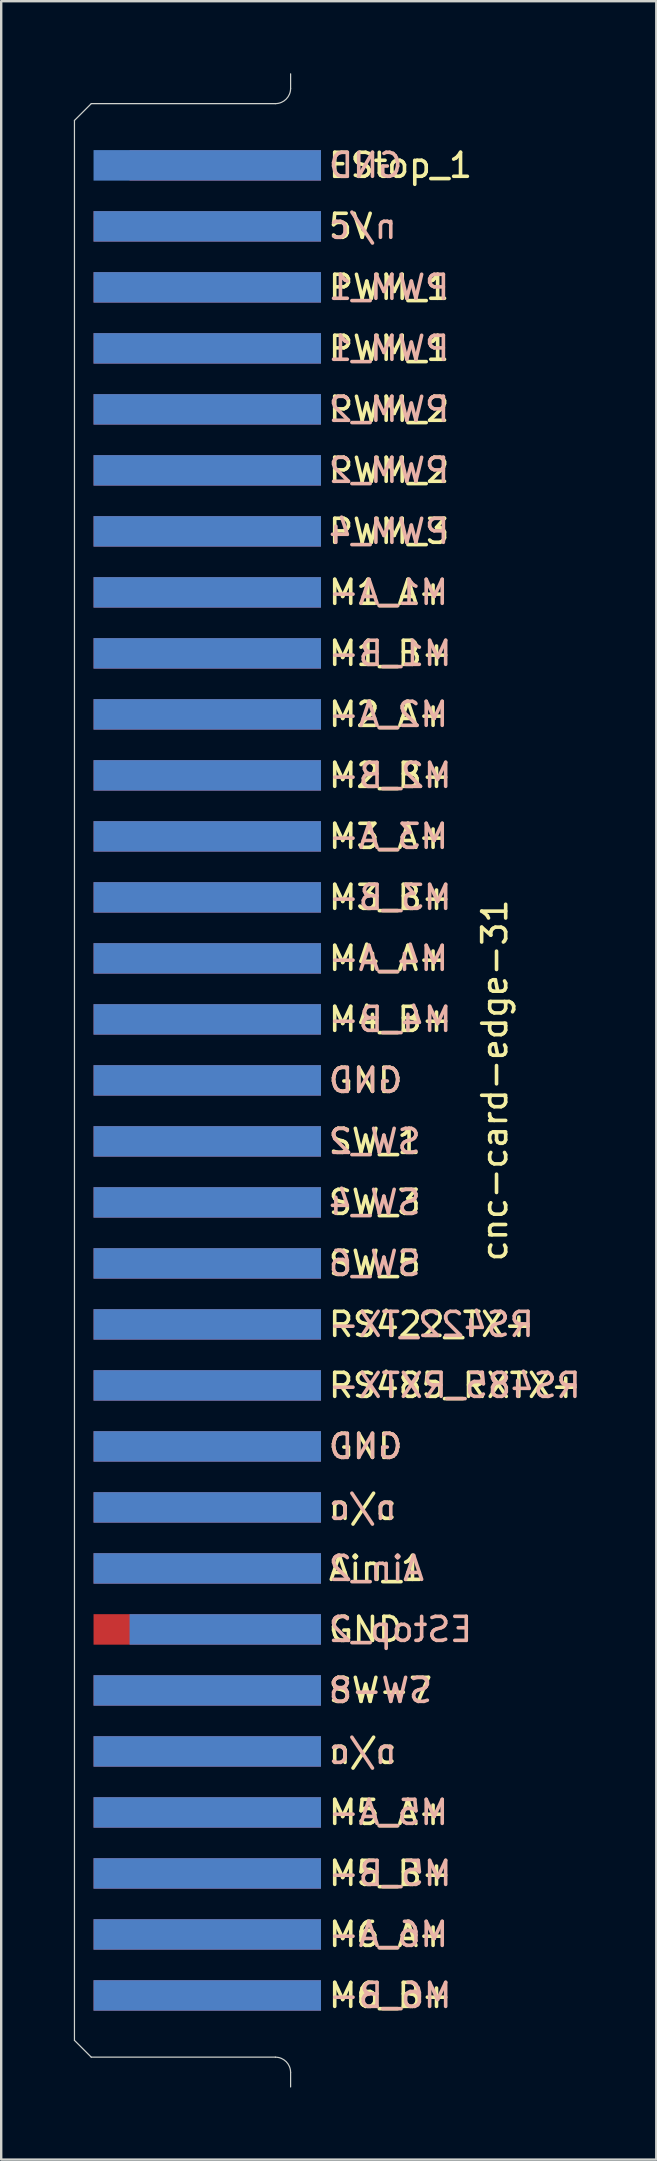
<source format=kicad_pcb>
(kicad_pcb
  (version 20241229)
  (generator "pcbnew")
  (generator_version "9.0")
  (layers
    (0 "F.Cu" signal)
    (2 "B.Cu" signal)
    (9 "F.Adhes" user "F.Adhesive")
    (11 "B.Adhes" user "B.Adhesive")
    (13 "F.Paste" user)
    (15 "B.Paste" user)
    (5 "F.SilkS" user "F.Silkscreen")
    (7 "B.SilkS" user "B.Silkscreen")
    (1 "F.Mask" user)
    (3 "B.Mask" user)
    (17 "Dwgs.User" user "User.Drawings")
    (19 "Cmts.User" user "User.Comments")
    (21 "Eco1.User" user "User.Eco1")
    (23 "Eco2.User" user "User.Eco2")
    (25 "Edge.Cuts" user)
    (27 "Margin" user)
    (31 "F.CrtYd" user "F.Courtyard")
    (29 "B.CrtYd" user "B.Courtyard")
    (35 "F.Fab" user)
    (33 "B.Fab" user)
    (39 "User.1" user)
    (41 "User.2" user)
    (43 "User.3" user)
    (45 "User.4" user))
  (footprint "cnc-card-edge-31"
    (layer "F.Cu")
    (at 9.05 41.935)
    (property "Reference" "cnc-card-edge-31" (at 8.5 0 270) (layer "F.SilkS") (effects (font (size 1 1) (thickness 0.15))))
    (attr through_hole)
    (fp_poly (pts (xy -9 -40.67) (xy 0 -40.67) (xy 0 40.67) (xy -9 40.67)) (stroke (width 0.1) (type solid)) (fill yes) (layer "F.Mask"))
    (fp_poly (pts (xy -9 -40.67) (xy 0 -40.67) (xy 0 40.67) (xy -9 40.67)) (stroke (width 0.1) (type solid)) (fill yes) (layer "B.Mask"))
    (fp_line (start -9 -39.97) (end -9 39.97) (stroke (width 0.05) (type solid)) (layer "Edge.Cuts"))
    (fp_line (start -9 39.97) (end -8.3 40.67) (stroke (width 0.05) (type solid)) (layer "Edge.Cuts"))
    (fp_line (start -8.3 -40.67) (end -9 -39.97) (stroke (width 0.05) (type solid)) (layer "Edge.Cuts"))
    (fp_line (start -8.3 40.67) (end -0.63 40.67) (stroke (width 0.05) (type solid)) (layer "Edge.Cuts"))
    (fp_line (start -0.63 -40.67) (end -8.3 -40.67) (stroke (width 0.05) (type solid)) (layer "Edge.Cuts"))
    (fp_line (start 0 -41.91) (end 0 -41.3) (stroke (width 0.05) (type solid)) (layer "Edge.Cuts"))
    (fp_line (start 0 41.305) (end 0 41.91) (stroke (width 0.05) (type solid)) (layer "Edge.Cuts"))
    (fp_arc (start -0.635 40.669998) (mid -0.185989 40.855985) (end -0.000002 41.304996) (stroke (width 0.05) (type solid)) (layer "Edge.Cuts"))
    (fp_arc (start -0.000002 -41.304996) (mid -0.185989 -40.855985) (end -0.635 -40.669998) (stroke (width 0.05) (type solid)) (layer "Edge.Cuts"))
    (fp_text user "M3_A+" (at 1.5 -10.16 0) (layer "F.SilkS") (effects (font (size 1 1) (thickness 0.15)) (justify left)))
    (fp_text user "PWM_1" (at 1.5 -30.48 0) (layer "F.SilkS") (effects (font (size 1 1) (thickness 0.15)) (justify left)))
    (fp_text user "n/c" (at 1.5 17.78 0) (layer "F.SilkS") (effects (font (size 1 1) (thickness 0.15)) (justify left)))
    (fp_text user "5V" (at 1.5 -35.56 0) (layer "F.SilkS") (effects (font (size 1 1) (thickness 0.15)) (justify left)))
    (fp_text user "SW_3" (at 1.5 5.08 0) (layer "F.SilkS") (effects (font (size 1 1) (thickness 0.15)) (justify left)))
    (fp_text user "M6_A+" (at 1.5 35.56 0) (layer "F.SilkS") (effects (font (size 1 1) (thickness 0.15)) (justify left)))
    (fp_text user "EStop_1" (at 1.5 -38.1 0) (layer "F.SilkS") (effects (font (size 1 1) (thickness 0.15)) (justify left)))
    (fp_text user "GND" (at 1.5 0 0) (layer "F.SilkS") (effects (font (size 1 1) (thickness 0.15)) (justify left)))
    (fp_text user "M1_B+" (at 1.5 -17.78 0) (layer "F.SilkS") (effects (font (size 1 1) (thickness 0.15)) (justify left)))
    (fp_text user "SW-7" (at 1.5 25.4 0) (layer "F.SilkS") (effects (font (size 1 1) (thickness 0.15)) (justify left)))
    (fp_text user "PWM_2" (at 1.5 -27.94 0) (layer "F.SilkS") (effects (font (size 1 1) (thickness 0.15)) (justify left)))
    (fp_text user "M3_B+" (at 1.5 -7.62 0) (layer "F.SilkS") (effects (font (size 1 1) (thickness 0.15)) (justify left)))
    (fp_text user "M4_A+" (at 1.5 -5.08 0) (layer "F.SilkS") (effects (font (size 1 1) (thickness 0.15)) (justify left)))
    (fp_text user "PWM_1" (at 1.5 -33.02 0) (layer "F.SilkS") (effects (font (size 1 1) (thickness 0.15)) (justify left)))
    (fp_text user "PWM_3" (at 1.5 -22.86 0) (layer "F.SilkS") (effects (font (size 1 1) (thickness 0.15)) (justify left)))
    (fp_text user "M2_B+" (at 1.5 -12.7 0) (layer "F.SilkS") (effects (font (size 1 1) (thickness 0.15)) (justify left)))
    (fp_text user "SW_1" (at 1.5 2.54 0) (layer "F.SilkS") (effects (font (size 1 1) (thickness 0.15)) (justify left)))
    (fp_text user "SW_5" (at 1.5 7.62 0) (layer "F.SilkS") (effects (font (size 1 1) (thickness 0.15)) (justify left)))
    (fp_text user "M1_A+" (at 1.5 -20.32 0) (layer "F.SilkS") (effects (font (size 1 1) (thickness 0.15)) (justify left)))
    (fp_text user "M6_B+" (at 1.5 38.1 0) (layer "F.SilkS") (effects (font (size 1 1) (thickness 0.15)) (justify left)))
    (fp_text user "M5_B+" (at 1.5 33.02 0) (layer "F.SilkS") (effects (font (size 1 1) (thickness 0.15)) (justify left)))
    (fp_text user "n/c" (at 1.5 27.94 0) (layer "F.SilkS") (effects (font (size 1 1) (thickness 0.15)) (justify left)))
    (fp_text user "GND" (at 1.5 22.86 0) (layer "F.SilkS") (effects (font (size 1 1) (thickness 0.15)) (justify left)))
    (fp_text user "PWM_2" (at 1.5 -25.4 0) (layer "F.SilkS") (effects (font (size 1 1) (thickness 0.15)) (justify left)))
    (fp_text user "M5_A+" (at 1.5 30.48 0) (layer "F.SilkS") (effects (font (size 1 1) (thickness 0.15)) (justify left)))
    (fp_text user "M4_B+" (at 1.5 -2.54 0) (layer "F.SilkS") (effects (font (size 1 1) (thickness 0.15)) (justify left)))
    (fp_text user "RS422_TX+" (at 1.5 10.16 0) (layer "F.SilkS") (effects (font (size 1 1) (thickness 0.15)) (justify left)))
    (fp_text user "GND" (at 1.5 15.24 0) (layer "F.SilkS") (effects (font (size 1 1) (thickness 0.15)) (justify left)))
    (fp_text user "Ain_1" (at 1.5 20.32 0) (layer "F.SilkS") (effects (font (size 1 1) (thickness 0.15)) (justify left)))
    (fp_text user "RS485_RXTX+" (at 1.5 12.7 0) (layer "F.SilkS") (effects (font (size 1 1) (thickness 0.15)) (justify left)))
    (fp_text user "M2_A+" (at 1.5 -15.24 0) (layer "F.SilkS") (effects (font (size 1 1) (thickness 0.15)) (justify left)))
    (fp_text user "M1_B-" (at 1.5 -17.78 0) (layer "B.SilkS") (effects (font (size 1 1) (thickness 0.15)) (justify right mirror)))
    (fp_text user "Ain_2" (at 1.5 20.32 0) (layer "B.SilkS") (effects (font (size 1 1) (thickness 0.15)) (justify right mirror)))
    (fp_text user "M4_B-" (at 1.5 -2.54 0) (layer "B.SilkS") (effects (font (size 1 1) (thickness 0.15)) (justify right mirror)))
    (fp_text user "GND" (at 1.5 -38.1 0) (layer "B.SilkS") (effects (font (size 1 1) (thickness 0.15)) (justify right mirror)))
    (fp_text user "M5_A-" (at 1.5 30.48 0) (layer "B.SilkS") (effects (font (size 1 1) (thickness 0.15)) (justify right mirror)))
    (fp_text user "GND" (at 1.5 0 0) (layer "B.SilkS") (effects (font (size 1 1) (thickness 0.15)) (justify right mirror)))
    (fp_text user "M4_A-" (at 1.5 -5.08 0) (layer "B.SilkS") (effects (font (size 1 1) (thickness 0.15)) (justify right mirror)))
    (fp_text user "M3_A-" (at 1.5 -10.16 0) (layer "B.SilkS") (effects (font (size 1 1) (thickness 0.15)) (justify right mirror)))
    (fp_text user "PWM_4" (at 1.5 -22.86 0) (layer "B.SilkS") (effects (font (size 1 1) (thickness 0.15)) (justify right mirror)))
    (fp_text user "PWM_1" (at 1.5 -33.02 0) (layer "B.SilkS") (effects (font (size 1 1) (thickness 0.15)) (justify right mirror)))
    (fp_text user "M2_B-" (at 1.5 -12.7 0) (layer "B.SilkS") (effects (font (size 1 1) (thickness 0.15)) (justify right mirror)))
    (fp_text user "n/c" (at 1.5 17.78 0) (layer "B.SilkS") (effects (font (size 1 1) (thickness 0.15)) (justify right mirror)))
    (fp_text user "M2_A-" (at 1.5 -15.24 0) (layer "B.SilkS") (effects (font (size 1 1) (thickness 0.15)) (justify right mirror)))
    (fp_text user "SW_4" (at 1.5 5.08 0) (layer "B.SilkS") (effects (font (size 1 1) (thickness 0.15)) (justify right mirror)))
    (fp_text user "M5_B-" (at 1.5 33.02 0) (layer "B.SilkS") (effects (font (size 1 1) (thickness 0.15)) (justify right mirror)))
    (fp_text user "RS422_TX-" (at 1.5 10.16 0) (layer "B.SilkS") (effects (font (size 1 1) (thickness 0.15)) (justify right mirror)))
    (fp_text user "n/c" (at 1.5 27.94 0) (layer "B.SilkS") (effects (font (size 1 1) (thickness 0.15)) (justify right mirror)))
    (fp_text user "PWM_1" (at 1.5 -30.48 0) (layer "B.SilkS") (effects (font (size 1 1) (thickness 0.15)) (justify right mirror)))
    (fp_text user "GND" (at 1.5 15.24 0) (layer "B.SilkS") (effects (font (size 1 1) (thickness 0.15)) (justify right mirror)))
    (fp_text user "M6_A-" (at 1.5 35.56 0) (layer "B.SilkS") (effects (font (size 1 1) (thickness 0.15)) (justify right mirror)))
    (fp_text user "SW_6" (at 1.5 7.62 0) (layer "B.SilkS") (effects (font (size 1 1) (thickness 0.15)) (justify right mirror)))
    (fp_text user "PWM_2" (at 1.5 -25.4 0) (layer "B.SilkS") (effects (font (size 1 1) (thickness 0.15)) (justify right mirror)))
    (fp_text user "SW_2" (at 1.5 2.54 0) (layer "B.SilkS") (effects (font (size 1 1) (thickness 0.15)) (justify right mirror)))
    (fp_text user "RS485_RXTX-" (at 1.5 12.7 0) (layer "B.SilkS") (effects (font (size 1 1) (thickness 0.15)) (justify right mirror)))
    (fp_text user "PWM_2" (at 1.5 -27.94 0) (layer "B.SilkS") (effects (font (size 1 1) (thickness 0.15)) (justify right mirror)))
    (fp_text user "M1_A-" (at 1.5 -20.32 0) (layer "B.SilkS") (effects (font (size 1 1) (thickness 0.15)) (justify right mirror)))
    (fp_text user "SW-8" (at 1.5 25.4 0) (layer "B.SilkS") (effects (font (size 1 1) (thickness 0.15)) (justify right mirror)))
    (fp_text user "n/c" (at 1.5 -35.56 0) (layer "B.SilkS") (effects (font (size 1 1) (thickness 0.15)) (justify right mirror)))
    (fp_text user "M6_B-" (at 1.5 38.1 0) (layer "B.SilkS") (effects (font (size 1 1) (thickness 0.15)) (justify right mirror)))
    (fp_text user "EStop_2" (at 1.5 22.86 0) (layer "B.SilkS") (effects (font (size 1 1) (thickness 0.15)) (justify right mirror)))
    (fp_text user "M3_B-" (at 1.5 -7.62 0) (layer "B.SilkS") (effects (font (size 1 1) (thickness 0.15)) (justify right mirror)))
    (pad "1" smd rect (at 1.15 -38.1) (size 7.97 1.27) (drill (offset -3.87 0)) (layers "F.Cu" "F.Mask"))
    (pad "2" smd rect (at 0.4 -38.1) (size 9.47 1.27) (drill (offset -3.87 0)) (layers "B.Cu" "B.Mask"))
    (pad "3" smd rect (at 0.4 -35.56) (size 9.47 1.27) (drill (offset -3.87 0)) (layers "F.Cu" "F.Mask"))
    (pad "4" smd rect (at 0.4 -35.56) (size 9.47 1.27) (drill (offset -3.87 0)) (layers "B.Cu" "B.Mask"))
    (pad "5" smd rect (at 0.4 -33.02) (size 9.47 1.27) (drill (offset -3.87 0)) (layers "F.Cu" "F.Mask"))
    (pad "6" smd rect (at 0.4 -33.02) (size 9.47 1.27) (drill (offset -3.87 0)) (layers "B.Cu" "B.Mask"))
    (pad "7" smd rect (at 0.4 -30.48) (size 9.47 1.27) (drill (offset -3.87 0)) (layers "F.Cu" "F.Mask"))
    (pad "8" smd rect (at 0.4 -30.48) (size 9.47 1.27) (drill (offset -3.87 0)) (layers "B.Cu" "B.Mask"))
    (pad "9" smd rect (at 0.4 -27.94) (size 9.47 1.27) (drill (offset -3.87 0)) (layers "F.Cu" "F.Mask"))
    (pad "10" smd rect (at 0.4 -27.94) (size 9.47 1.27) (drill (offset -3.87 0)) (layers "B.Cu" "B.Mask"))
    (pad "11" smd rect (at 0.4 -25.4) (size 9.47 1.27) (drill (offset -3.87 0)) (layers "F.Cu" "F.Mask"))
    (pad "12" smd rect (at 0.4 -25.4) (size 9.47 1.27) (drill (offset -3.87 0)) (layers "B.Cu" "B.Mask"))
    (pad "13" smd rect (at 0.4 -22.86) (size 9.47 1.27) (drill (offset -3.87 0)) (layers "F.Cu" "F.Mask"))
    (pad "14" smd rect (at 0.4 -22.86) (size 9.47 1.27) (drill (offset -3.87 0)) (layers "B.Cu" "B.Mask"))
    (pad "15" smd rect (at 0.4 -20.32) (size 9.47 1.27) (drill (offset -3.87 0)) (layers "F.Cu" "F.Mask"))
    (pad "16" smd rect (at 0.4 -20.32) (size 9.47 1.27) (drill (offset -3.87 0)) (layers "B.Cu" "B.Mask"))
    (pad "17" smd rect (at 0.4 -17.78) (size 9.47 1.27) (drill (offset -3.87 0)) (layers "F.Cu" "F.Mask"))
    (pad "18" smd rect (at 0.4 -17.78) (size 9.47 1.27) (drill (offset -3.87 0)) (layers "B.Cu" "B.Mask"))
    (pad "19" smd rect (at 0.4 -15.24) (size 9.47 1.27) (drill (offset -3.87 0)) (layers "F.Cu" "F.Mask"))
    (pad "20" smd rect (at 0.4 -15.24) (size 9.47 1.27) (drill (offset -3.87 0)) (layers "B.Cu" "B.Mask"))
    (pad "21" smd rect (at 0.4 -12.7) (size 9.47 1.27) (drill (offset -3.87 0)) (layers "F.Cu" "F.Mask"))
    (pad "22" smd rect (at 0.4 -12.7) (size 9.47 1.27) (drill (offset -3.87 0)) (layers "B.Cu" "B.Mask"))
    (pad "23" smd rect (at 0.4 -10.16) (size 9.47 1.27) (drill (offset -3.87 0)) (layers "F.Cu" "F.Mask"))
    (pad "24" smd rect (at 0.4 -10.16) (size 9.47 1.27) (drill (offset -3.87 0)) (layers "B.Cu" "B.Mask"))
    (pad "25" smd rect (at 0.4 -7.62) (size 9.47 1.27) (drill (offset -3.87 0)) (layers "F.Cu" "F.Mask"))
    (pad "26" smd rect (at 0.4 -7.62) (size 9.47 1.27) (drill (offset -3.87 0)) (layers "B.Cu" "B.Mask"))
    (pad "27" smd rect (at 0.4 -5.08) (size 9.47 1.27) (drill (offset -3.87 0)) (layers "F.Cu" "F.Mask"))
    (pad "28" smd rect (at 0.4 -5.08) (size 9.47 1.27) (drill (offset -3.87 0)) (layers "B.Cu" "B.Mask"))
    (pad "29" smd rect (at 0.4 -2.54) (size 9.47 1.27) (drill (offset -3.87 0)) (layers "F.Cu" "F.Mask"))
    (pad "30" smd rect (at 0.4 -2.54) (size 9.47 1.27) (drill (offset -3.87 0)) (layers "B.Cu" "B.Mask"))
    (pad "31" smd rect (at 0.4 0) (size 9.47 1.27) (drill (offset -3.87 0)) (layers "F.Cu" "F.Mask"))
    (pad "32" smd rect (at 0.4 0) (size 9.47 1.27) (drill (offset -3.87 0)) (layers "B.Cu" "B.Mask"))
    (pad "33" smd rect (at 0.4 2.54) (size 9.47 1.27) (drill (offset -3.87 0)) (layers "F.Cu" "F.Mask"))
    (pad "34" smd rect (at 0.4 2.54) (size 9.47 1.27) (drill (offset -3.87 0)) (layers "B.Cu" "B.Mask"))
    (pad "35" smd rect (at 0.4 5.08) (size 9.47 1.27) (drill (offset -3.87 0)) (layers "F.Cu" "F.Mask"))
    (pad "36" smd rect (at 0.4 5.08) (size 9.47 1.27) (drill (offset -3.87 0)) (layers "B.Cu" "B.Mask"))
    (pad "37" smd rect (at 0.4 7.62) (size 9.47 1.27) (drill (offset -3.87 0)) (layers "F.Cu" "F.Mask"))
    (pad "38" smd rect (at 0.4 7.62) (size 9.47 1.27) (drill (offset -3.87 0)) (layers "B.Cu" "B.Mask"))
    (pad "39" smd rect (at 0.4 10.16) (size 9.47 1.27) (drill (offset -3.87 0)) (layers "F.Cu" "F.Mask"))
    (pad "40" smd rect (at 0.4 10.16) (size 9.47 1.27) (drill (offset -3.87 0)) (layers "B.Cu" "B.Mask"))
    (pad "41" smd rect (at 0.4 12.7) (size 9.47 1.27) (drill (offset -3.87 0)) (layers "F.Cu" "F.Mask"))
    (pad "42" smd rect (at 0.4 12.7) (size 9.47 1.27) (drill (offset -3.87 0)) (layers "B.Cu" "B.Mask"))
    (pad "43" smd rect (at 0.4 15.24) (size 9.47 1.27) (drill (offset -3.87 0)) (layers "F.Cu" "F.Mask"))
    (pad "44" smd rect (at 0.4 15.24) (size 9.47 1.27) (drill (offset -3.87 0)) (layers "B.Cu" "B.Mask"))
    (pad "45" smd rect (at 0.4 17.78) (size 9.47 1.27) (drill (offset -3.87 0)) (layers "F.Cu" "F.Mask"))
    (pad "46" smd rect (at 0.4 17.78) (size 9.47 1.27) (drill (offset -3.87 0)) (layers "B.Cu" "B.Mask"))
    (pad "47" smd rect (at 0.4 20.32) (size 9.47 1.27) (drill (offset -3.87 0)) (layers "F.Cu" "F.Mask"))
    (pad "48" smd rect (at 0.4 20.32) (size 9.47 1.27) (drill (offset -3.87 0)) (layers "B.Cu" "B.Mask"))
    (pad "49" smd rect (at 0.4 22.86) (size 9.47 1.27) (drill (offset -3.87 0)) (layers "F.Cu" "F.Mask"))
    (pad "50" smd rect (at 1.15 22.86) (size 7.97 1.27) (drill (offset -3.87 0)) (layers "B.Cu" "B.Mask"))
    (pad "51" smd rect (at 0.4 25.4) (size 9.47 1.27) (drill (offset -3.87 0)) (layers "F.Cu" "F.Mask"))
    (pad "52" smd rect (at 0.4 25.4) (size 9.47 1.27) (drill (offset -3.87 0)) (layers "B.Cu" "B.Mask"))
    (pad "53" smd rect (at 0.4 27.94) (size 9.47 1.27) (drill (offset -3.87 0)) (layers "F.Cu" "F.Mask"))
    (pad "54" smd rect (at 0.4 27.94) (size 9.47 1.27) (drill (offset -3.87 0)) (layers "B.Cu" "B.Mask"))
    (pad "55" smd rect (at 0.4 30.48) (size 9.47 1.27) (drill (offset -3.87 0)) (layers "F.Cu" "F.Mask"))
    (pad "56" smd rect (at 0.4 30.48) (size 9.47 1.27) (drill (offset -3.87 0)) (layers "B.Cu" "B.Mask"))
    (pad "57" smd rect (at 0.4 33.02) (size 9.47 1.27) (drill (offset -3.87 0)) (layers "F.Cu" "F.Mask"))
    (pad "58" smd rect (at 0.4 33.02) (size 9.47 1.27) (drill (offset -3.87 0)) (layers "B.Cu" "B.Mask"))
    (pad "59" smd rect (at 0.4 35.56) (size 9.47 1.27) (drill (offset -3.87 0)) (layers "F.Cu" "F.Mask"))
    (pad "60" smd rect (at 0.4 35.56) (size 9.47 1.27) (drill (offset -3.87 0)) (layers "B.Cu" "B.Mask"))
    (pad "61" smd rect (at 0.4 38.1) (size 9.47 1.27) (drill (offset -3.87 0)) (layers "F.Cu" "F.Mask"))
    (pad "62" smd rect (at 0.4 38.1) (size 9.47 1.27) (drill (offset -3.87 0)) (layers "B.Cu" "B.Mask")))
  (gr_rect
    (start -3 -3)
    (end 24.276 86.87)
    (stroke (width 0.1) (type default))
    (fill no)
    (layer "Edge.Cuts")))
</source>
